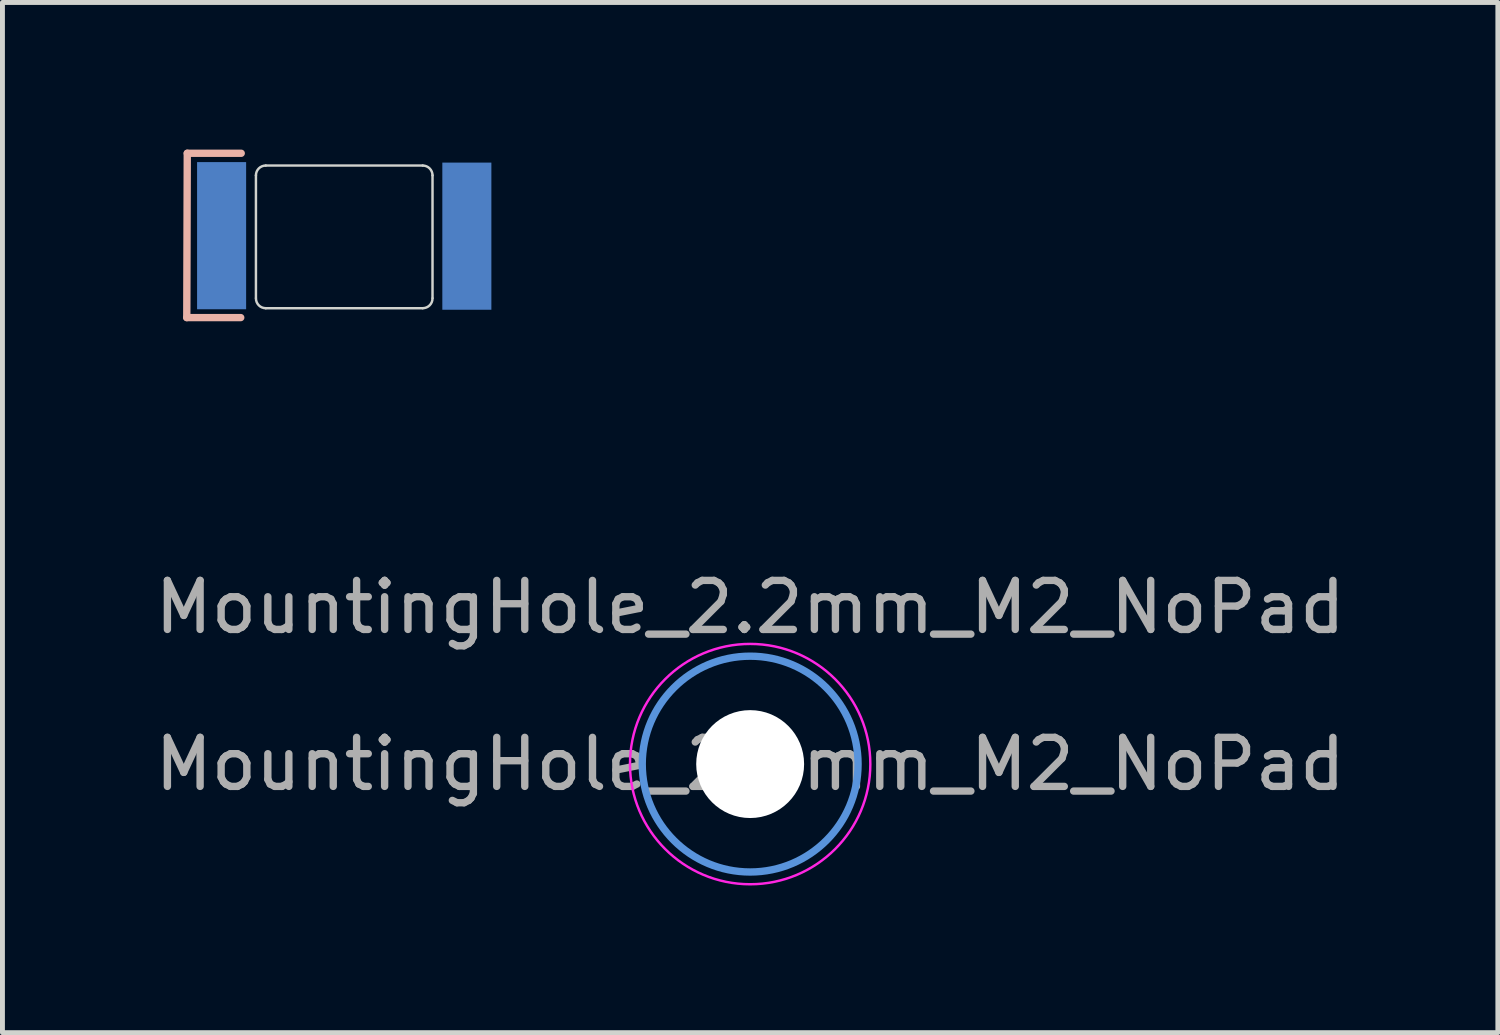
<source format=kicad_pcb>
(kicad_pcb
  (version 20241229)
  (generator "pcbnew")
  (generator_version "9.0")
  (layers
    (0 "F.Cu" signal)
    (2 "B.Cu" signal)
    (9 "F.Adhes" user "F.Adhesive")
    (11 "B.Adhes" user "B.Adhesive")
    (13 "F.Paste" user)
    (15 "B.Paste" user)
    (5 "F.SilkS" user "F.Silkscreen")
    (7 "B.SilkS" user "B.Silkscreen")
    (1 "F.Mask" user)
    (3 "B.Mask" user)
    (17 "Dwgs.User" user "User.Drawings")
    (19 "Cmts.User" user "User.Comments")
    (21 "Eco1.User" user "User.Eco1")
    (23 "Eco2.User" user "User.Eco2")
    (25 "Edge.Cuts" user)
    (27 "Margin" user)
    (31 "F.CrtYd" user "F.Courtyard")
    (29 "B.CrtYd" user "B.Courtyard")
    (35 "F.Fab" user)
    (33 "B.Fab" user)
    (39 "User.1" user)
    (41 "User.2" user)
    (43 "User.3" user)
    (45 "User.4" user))
  (footprint "MountingHole_2.2mm_M2_NoPad"
    (layer "F.Cu")
    (at 12.244 12.528)
    (property "Reference" "MountingHole_2.2mm_M2_NoPad" (at 0 -3.2 0) (layer "F.Fab") (effects (font (size 1 1) (thickness 0.15))))
    (attr exclude_from_pos_files exclude_from_bom)
    (fp_circle (center 0 0) (end 2.2 0) (stroke (width 0.15) (type solid)) (fill no) (layer "Cmts.User"))
    (fp_circle (center 0 0) (end 2.45 0) (stroke (width 0.05) (type solid)) (fill no) (layer "F.CrtYd"))
    (fp_text user "${REFERENCE}" (at 0 0 0) (layer "F.Fab") (effects (font (size 1 1) (thickness 0.15))))
    (pad "" np_thru_hole circle (at 0 0) (size 2.2 2.2) (drill 2.2) (layers "*.Cu" "*.Mask")))
  (footprint "LED-6028"
    (layer "F.Cu")
    (at 3.968 1.775)
    (property "Reference" "LED-6028" (at 0 2.9 0) (layer "User.1") (effects (font (size 1 1) (thickness 0.125))))
    (attr smd)
    (fp_line (start -3.21 1.65) (end -3.2 -1.7) (stroke (width 0.15) (type solid)) (layer "B.SilkS"))
    (fp_line (start -3.21 1.65) (end -2.11 1.65) (stroke (width 0.15) (type solid)) (layer "B.SilkS"))
    (fp_line (start -3.2 -1.7) (end -2.1 -1.7) (stroke (width 0.15) (type solid)) (layer "B.SilkS"))
    (fp_line (start -1.8 -1.25) (end -1.8 1.25) (stroke (width 0.05) (type solid)) (layer "Edge.Cuts"))
    (fp_line (start 1.6 -1.45) (end -1.6 -1.45) (stroke (width 0.05) (type solid)) (layer "Edge.Cuts"))
    (fp_line (start 1.6 1.459) (end -1.6 1.459) (stroke (width 0.05) (type solid)) (layer "Edge.Cuts"))
    (fp_line (start 1.8 -1.25) (end 1.8 1.25) (stroke (width 0.05) (type solid)) (layer "Edge.Cuts"))
    (fp_arc (start -1.8 -1.25) (mid -1.741421 -1.391421) (end -1.6 -1.45) (stroke (width 0.05) (type default)) (layer "Edge.Cuts"))
    (fp_arc (start -1.6 1.458579) (mid -1.741421 1.4) (end -1.8 1.258579) (stroke (width 0.05) (type default)) (layer "Edge.Cuts"))
    (fp_arc (start 1.6 -1.45) (mid 1.741421 -1.391421) (end 1.8 -1.25) (stroke (width 0.05) (type default)) (layer "Edge.Cuts"))
    (fp_arc (start 1.8 1.258579) (mid 1.741421 1.4) (end 1.6 1.458579) (stroke (width 0.05) (type default)) (layer "Edge.Cuts"))
    (pad "1" smd rect (at -2.5 -0.02) (size 1 3) (layers "B.Cu" "B.Mask" "B.Paste"))
    (pad "2" smd rect (at 2.5 -0.01) (size 1 3) (layers "B.Cu" "B.Mask" "B.Paste")))
  (gr_rect
    (start -3 -3)
    (end 27.488 18.003)
    (stroke (width 0.1) (type default))
    (fill no)
    (layer "Edge.Cuts")))
</source>
